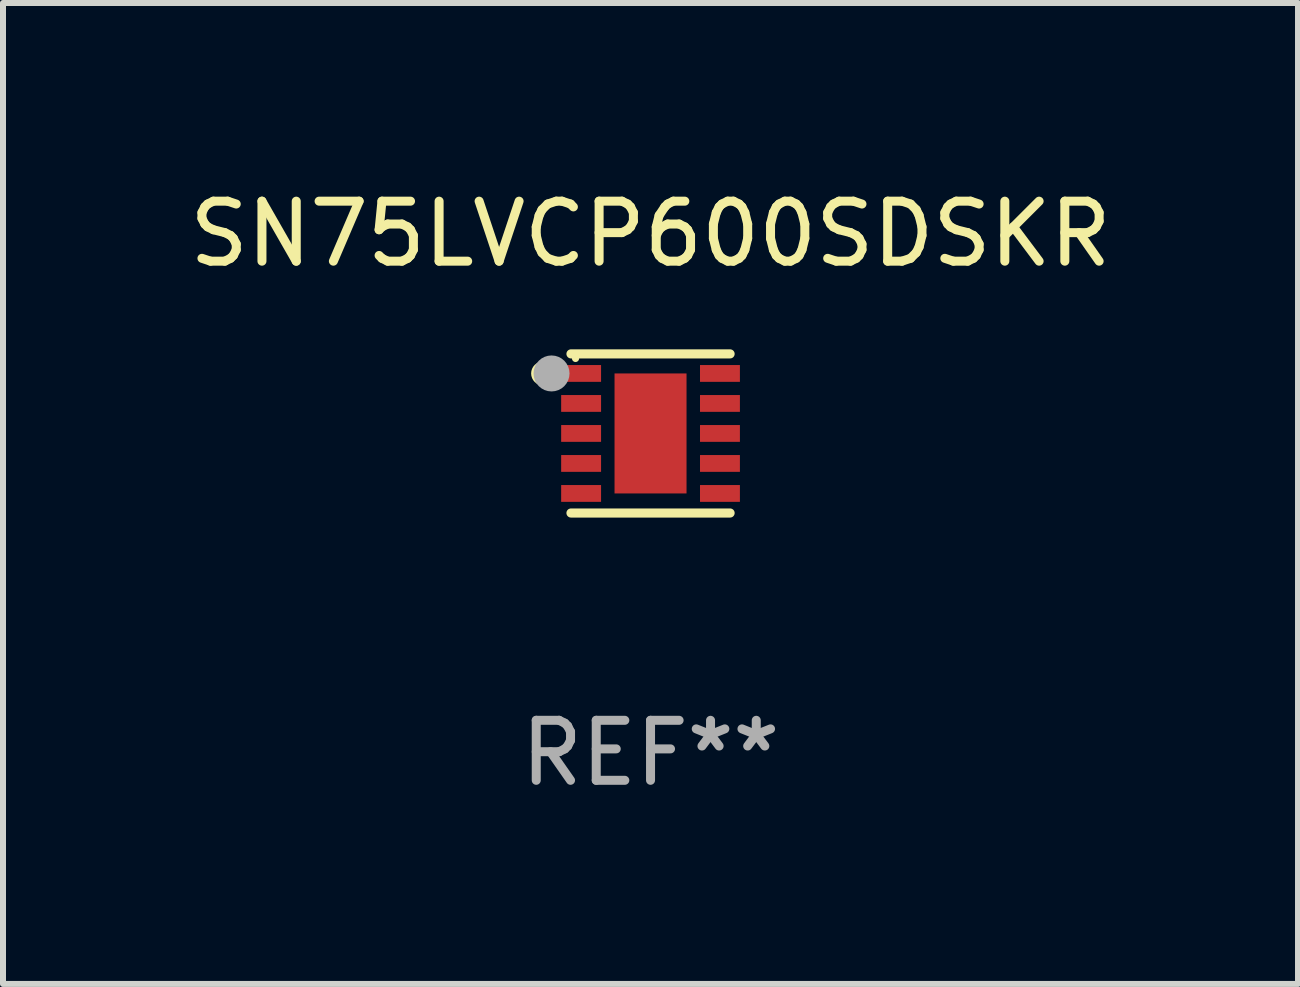
<source format=kicad_pcb>
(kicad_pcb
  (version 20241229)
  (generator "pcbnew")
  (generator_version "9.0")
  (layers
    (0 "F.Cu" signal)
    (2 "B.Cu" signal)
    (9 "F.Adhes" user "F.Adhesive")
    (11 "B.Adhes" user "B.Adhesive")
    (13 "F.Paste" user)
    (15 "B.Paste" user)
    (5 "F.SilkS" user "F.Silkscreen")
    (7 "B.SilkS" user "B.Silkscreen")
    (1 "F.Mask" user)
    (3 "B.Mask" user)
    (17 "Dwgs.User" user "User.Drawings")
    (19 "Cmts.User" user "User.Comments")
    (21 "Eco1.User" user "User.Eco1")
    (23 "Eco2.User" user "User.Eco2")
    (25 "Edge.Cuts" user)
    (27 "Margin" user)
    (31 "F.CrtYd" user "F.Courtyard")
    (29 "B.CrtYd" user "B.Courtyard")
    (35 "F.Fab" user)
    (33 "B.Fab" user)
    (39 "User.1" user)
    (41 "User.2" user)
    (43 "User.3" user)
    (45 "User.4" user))
  (footprint "SN75LVCP600SDSKR"
    (layer "F.Cu")
    (at 7.792 4.174)
    (property "Reference" "SN75LVCP600SDSKR" (at 0 -3.326 0) (layer "F.SilkS") (effects (font (size 1 1) (thickness 0.15))))
    (attr through_hole)
    (fp_line (start -1.326 -1.326) (end 1.326 -1.326) (stroke (width 0.152) (type solid)) (layer "F.SilkS"))
    (fp_line (start 1.326 1.326) (end -1.326 1.326) (stroke (width 0.152) (type solid)) (layer "F.SilkS"))
    (fp_circle (center -1.79 -1) (end -1.69 -1) (stroke (width 0.2) (type solid)) (fill no) (layer "F.SilkS"))
    (fp_circle (center -1.25 -1.25) (end -1.22 -1.25) (stroke (width 0.06) (type solid)) (fill no) (layer "F.SilkS"))
    (fp_circle (center -1.65 -1) (end -1.5 -1) (stroke (width 0.3) (type solid)) (fill no) (layer "F.Fab"))
    (fp_text user "REF**" (at 0 5.326 0) (layer "F.Fab") (effects (font (size 1 1) (thickness 0.15))))
    (pad "1" smd rect (at -1.157 -1) (size 0.665 0.28) (layers "F.Cu" "F.Mask" "F.Paste"))
    (pad "2" smd rect (at -1.157 -0.5) (size 0.665 0.28) (layers "F.Cu" "F.Mask" "F.Paste"))
    (pad "3" smd rect (at -1.157 0) (size 0.665 0.28) (layers "F.Cu" "F.Mask" "F.Paste"))
    (pad "4" smd rect (at -1.157 0.5) (size 0.665 0.28) (layers "F.Cu" "F.Mask" "F.Paste"))
    (pad "5" smd rect (at -1.157 1) (size 0.665 0.28) (layers "F.Cu" "F.Mask" "F.Paste"))
    (pad "6" smd rect (at 1.157 1) (size 0.665 0.28) (layers "F.Cu" "F.Mask" "F.Paste"))
    (pad "7" smd rect (at 1.157 0.5) (size 0.665 0.28) (layers "F.Cu" "F.Mask" "F.Paste"))
    (pad "8" smd rect (at 1.157 0) (size 0.665 0.28) (layers "F.Cu" "F.Mask" "F.Paste"))
    (pad "9" smd rect (at 1.157 -0.5) (size 0.665 0.28) (layers "F.Cu" "F.Mask" "F.Paste"))
    (pad "10" smd rect (at 1.157 -1) (size 0.665 0.28) (layers "F.Cu" "F.Mask" "F.Paste"))
    (pad "11" smd rect (at 0 0) (size 1.2 2) (layers "F.Cu" "F.Mask" "F.Paste")))
  (gr_rect
    (start -3 -3)
    (end 18.583 13.349)
    (stroke (width 0.1) (type default))
    (fill no)
    (layer "Edge.Cuts")))
</source>
